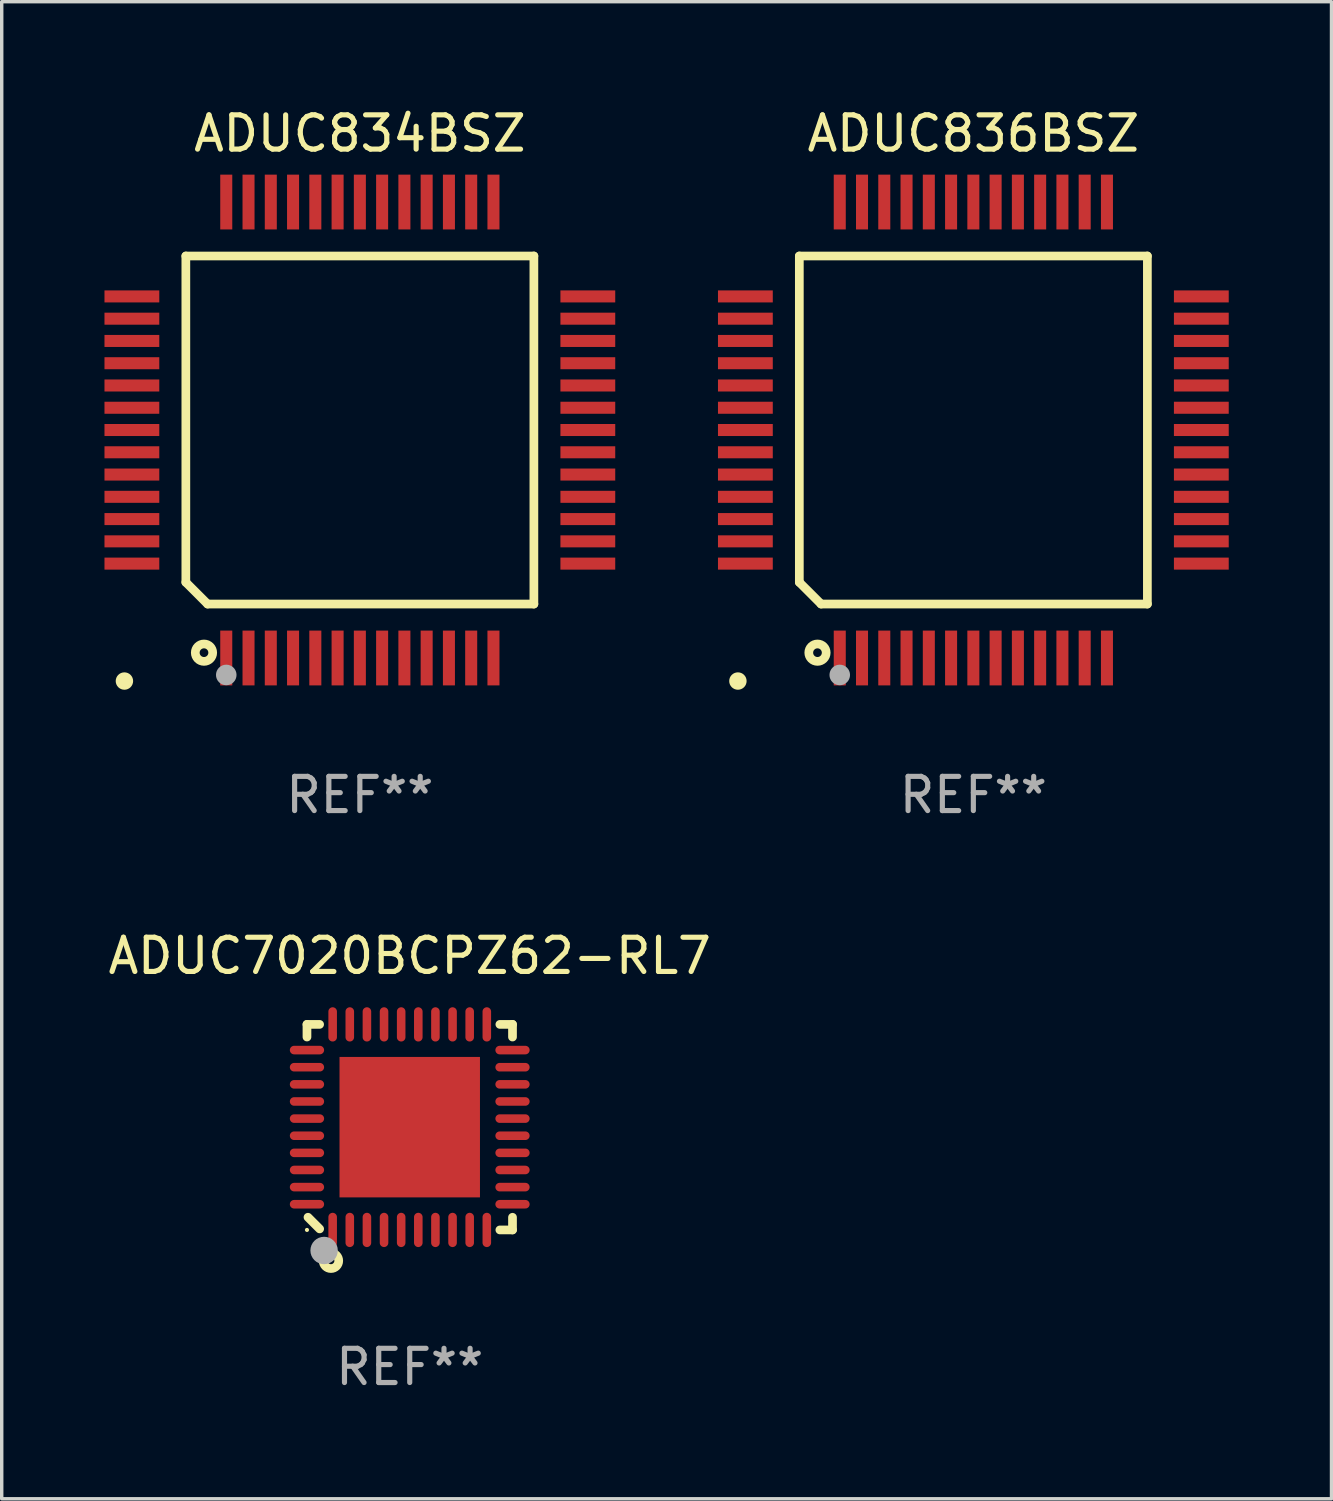
<source format=kicad_pcb>
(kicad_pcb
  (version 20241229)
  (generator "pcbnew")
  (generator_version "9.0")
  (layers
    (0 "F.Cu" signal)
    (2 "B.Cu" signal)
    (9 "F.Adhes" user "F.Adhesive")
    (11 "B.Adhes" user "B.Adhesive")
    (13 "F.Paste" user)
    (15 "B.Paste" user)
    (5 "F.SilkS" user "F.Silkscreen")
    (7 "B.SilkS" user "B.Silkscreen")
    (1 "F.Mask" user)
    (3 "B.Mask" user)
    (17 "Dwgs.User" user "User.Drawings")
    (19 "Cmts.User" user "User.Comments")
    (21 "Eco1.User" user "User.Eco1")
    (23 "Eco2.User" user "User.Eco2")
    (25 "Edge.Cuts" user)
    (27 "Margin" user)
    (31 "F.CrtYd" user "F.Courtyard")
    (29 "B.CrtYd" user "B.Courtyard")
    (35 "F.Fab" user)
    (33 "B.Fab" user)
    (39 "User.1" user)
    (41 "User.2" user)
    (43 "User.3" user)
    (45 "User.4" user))
  (footprint "ADUC834BSZ"
    (layer "F.Cu")
    (at 7.455 9.503)
    (property "Reference" "ADUC834BSZ" (at 0 -8.655 0) (layer "F.SilkS") (effects (font (size 1 1) (thickness 0.15))))
    (attr through_hole)
    (fp_line (start -5.08 -5.08) (end 5.08 -5.08) (stroke (width 0.254) (type solid)) (layer "F.SilkS"))
    (fp_line (start -5.08 4.445) (end -5.08 -5.08) (stroke (width 0.254) (type solid)) (layer "F.SilkS"))
    (fp_line (start -4.445 5.08) (end -5.08 4.445) (stroke (width 0.254) (type solid)) (layer "F.SilkS"))
    (fp_line (start 5.08 -5.08) (end 5.08 5.08) (stroke (width 0.254) (type solid)) (layer "F.SilkS"))
    (fp_line (start 5.08 5.08) (end -4.445 5.08) (stroke (width 0.254) (type solid)) (layer "F.SilkS"))
    (fp_circle (center -6.873 7.328) (end -6.746 7.328) (stroke (width 0.254) (type solid)) (fill no) (layer "F.SilkS"))
    (fp_circle (center -4.55 6.5) (end -4.296 6.5) (stroke (width 0.254) (type solid)) (fill no) (layer "F.SilkS"))
    (fp_circle (center -3.9 7.15) (end -3.75 7.15) (stroke (width 0.3) (type solid)) (fill no) (layer "F.Fab"))
    (fp_text user "REF**" (at 0 10.655 0) (layer "F.Fab") (effects (font (size 1 1) (thickness 0.15))))
    (pad "1" smd rect (at -3.9 6.655 90) (size 1.6 0.351) (layers "F.Cu" "F.Mask" "F.Paste"))
    (pad "2" smd rect (at -3.25 6.655 90) (size 1.6 0.351) (layers "F.Cu" "F.Mask" "F.Paste"))
    (pad "3" smd rect (at -2.6 6.655 90) (size 1.6 0.351) (layers "F.Cu" "F.Mask" "F.Paste"))
    (pad "4" smd rect (at -1.95 6.655 90) (size 1.6 0.351) (layers "F.Cu" "F.Mask" "F.Paste"))
    (pad "5" smd rect (at -1.3 6.655 90) (size 1.6 0.351) (layers "F.Cu" "F.Mask" "F.Paste"))
    (pad "6" smd rect (at -0.65 6.655 90) (size 1.6 0.351) (layers "F.Cu" "F.Mask" "F.Paste"))
    (pad "7" smd rect (at 0 6.655 90) (size 1.6 0.351) (layers "F.Cu" "F.Mask" "F.Paste"))
    (pad "8" smd rect (at 0.65 6.655 90) (size 1.6 0.351) (layers "F.Cu" "F.Mask" "F.Paste"))
    (pad "9" smd rect (at 1.3 6.655 90) (size 1.6 0.351) (layers "F.Cu" "F.Mask" "F.Paste"))
    (pad "10" smd rect (at 1.95 6.655 90) (size 1.6 0.351) (layers "F.Cu" "F.Mask" "F.Paste"))
    (pad "11" smd rect (at 2.6 6.655 90) (size 1.6 0.351) (layers "F.Cu" "F.Mask" "F.Paste"))
    (pad "12" smd rect (at 3.25 6.655 90) (size 1.6 0.351) (layers "F.Cu" "F.Mask" "F.Paste"))
    (pad "13" smd rect (at 3.9 6.655 90) (size 1.6 0.351) (layers "F.Cu" "F.Mask" "F.Paste"))
    (pad "14" smd rect (at 6.655 3.9 180) (size 1.6 0.351) (layers "F.Cu" "F.Mask" "F.Paste"))
    (pad "15" smd rect (at 6.655 3.25 180) (size 1.6 0.351) (layers "F.Cu" "F.Mask" "F.Paste"))
    (pad "16" smd rect (at 6.655 2.6 180) (size 1.6 0.351) (layers "F.Cu" "F.Mask" "F.Paste"))
    (pad "17" smd rect (at 6.655 1.95 180) (size 1.6 0.351) (layers "F.Cu" "F.Mask" "F.Paste"))
    (pad "18" smd rect (at 6.655 1.3 180) (size 1.6 0.351) (layers "F.Cu" "F.Mask" "F.Paste"))
    (pad "19" smd rect (at 6.655 0.65 180) (size 1.6 0.351) (layers "F.Cu" "F.Mask" "F.Paste"))
    (pad "20" smd rect (at 6.655 0 180) (size 1.6 0.351) (layers "F.Cu" "F.Mask" "F.Paste"))
    (pad "21" smd rect (at 6.655 -0.65 180) (size 1.6 0.351) (layers "F.Cu" "F.Mask" "F.Paste"))
    (pad "22" smd rect (at 6.655 -1.3 180) (size 1.6 0.351) (layers "F.Cu" "F.Mask" "F.Paste"))
    (pad "23" smd rect (at 6.655 -1.95 180) (size 1.6 0.351) (layers "F.Cu" "F.Mask" "F.Paste"))
    (pad "24" smd rect (at 6.655 -2.6 180) (size 1.6 0.351) (layers "F.Cu" "F.Mask" "F.Paste"))
    (pad "25" smd rect (at 6.655 -3.25 180) (size 1.6 0.351) (layers "F.Cu" "F.Mask" "F.Paste"))
    (pad "26" smd rect (at 6.655 -3.9 180) (size 1.6 0.351) (layers "F.Cu" "F.Mask" "F.Paste"))
    (pad "27" smd rect (at 3.9 -6.655 270) (size 1.6 0.351) (layers "F.Cu" "F.Mask" "F.Paste"))
    (pad "28" smd rect (at 3.25 -6.655 270) (size 1.6 0.351) (layers "F.Cu" "F.Mask" "F.Paste"))
    (pad "29" smd rect (at 2.6 -6.655 270) (size 1.6 0.351) (layers "F.Cu" "F.Mask" "F.Paste"))
    (pad "30" smd rect (at 1.95 -6.655 270) (size 1.6 0.351) (layers "F.Cu" "F.Mask" "F.Paste"))
    (pad "31" smd rect (at 1.3 -6.655 270) (size 1.6 0.351) (layers "F.Cu" "F.Mask" "F.Paste"))
    (pad "32" smd rect (at 0.65 -6.655 270) (size 1.6 0.351) (layers "F.Cu" "F.Mask" "F.Paste"))
    (pad "33" smd rect (at 0 -6.655 270) (size 1.6 0.351) (layers "F.Cu" "F.Mask" "F.Paste"))
    (pad "34" smd rect (at -0.65 -6.655 270) (size 1.6 0.351) (layers "F.Cu" "F.Mask" "F.Paste"))
    (pad "35" smd rect (at -1.3 -6.655 270) (size 1.6 0.351) (layers "F.Cu" "F.Mask" "F.Paste"))
    (pad "36" smd rect (at -1.95 -6.655 270) (size 1.6 0.351) (layers "F.Cu" "F.Mask" "F.Paste"))
    (pad "37" smd rect (at -2.6 -6.655 270) (size 1.6 0.351) (layers "F.Cu" "F.Mask" "F.Paste"))
    (pad "38" smd rect (at -3.25 -6.655 270) (size 1.6 0.351) (layers "F.Cu" "F.Mask" "F.Paste"))
    (pad "39" smd rect (at -3.9 -6.655 270) (size 1.6 0.351) (layers "F.Cu" "F.Mask" "F.Paste"))
    (pad "40" smd rect (at -6.655 -3.9) (size 1.6 0.351) (layers "F.Cu" "F.Mask" "F.Paste"))
    (pad "41" smd rect (at -6.655 -3.25) (size 1.6 0.351) (layers "F.Cu" "F.Mask" "F.Paste"))
    (pad "42" smd rect (at -6.655 -2.6) (size 1.6 0.351) (layers "F.Cu" "F.Mask" "F.Paste"))
    (pad "43" smd rect (at -6.655 -1.95) (size 1.6 0.351) (layers "F.Cu" "F.Mask" "F.Paste"))
    (pad "44" smd rect (at -6.655 -1.3) (size 1.6 0.351) (layers "F.Cu" "F.Mask" "F.Paste"))
    (pad "45" smd rect (at -6.655 -0.65) (size 1.6 0.351) (layers "F.Cu" "F.Mask" "F.Paste"))
    (pad "46" smd rect (at -6.655 0) (size 1.6 0.351) (layers "F.Cu" "F.Mask" "F.Paste"))
    (pad "47" smd rect (at -6.655 0.65) (size 1.6 0.351) (layers "F.Cu" "F.Mask" "F.Paste"))
    (pad "48" smd rect (at -6.655 1.3) (size 1.6 0.351) (layers "F.Cu" "F.Mask" "F.Paste"))
    (pad "49" smd rect (at -6.655 1.95) (size 1.6 0.351) (layers "F.Cu" "F.Mask" "F.Paste"))
    (pad "50" smd rect (at -6.655 2.6) (size 1.6 0.351) (layers "F.Cu" "F.Mask" "F.Paste"))
    (pad "51" smd rect (at -6.655 3.25) (size 1.6 0.351) (layers "F.Cu" "F.Mask" "F.Paste"))
    (pad "52" smd rect (at -6.655 3.9) (size 1.6 0.351) (layers "F.Cu" "F.Mask" "F.Paste")))
  (footprint "ADUC836BSZ"
    (layer "F.Cu")
    (at 25.364 9.503)
    (property "Reference" "ADUC836BSZ" (at 0 -8.655 0) (layer "F.SilkS") (effects (font (size 1 1) (thickness 0.15))))
    (attr through_hole)
    (fp_line (start -5.08 -5.08) (end 5.08 -5.08) (stroke (width 0.254) (type solid)) (layer "F.SilkS"))
    (fp_line (start -5.08 4.445) (end -5.08 -5.08) (stroke (width 0.254) (type solid)) (layer "F.SilkS"))
    (fp_line (start -4.445 5.08) (end -5.08 4.445) (stroke (width 0.254) (type solid)) (layer "F.SilkS"))
    (fp_line (start 5.08 -5.08) (end 5.08 5.08) (stroke (width 0.254) (type solid)) (layer "F.SilkS"))
    (fp_line (start 5.08 5.08) (end -4.445 5.08) (stroke (width 0.254) (type solid)) (layer "F.SilkS"))
    (fp_circle (center -6.873 7.328) (end -6.746 7.328) (stroke (width 0.254) (type solid)) (fill no) (layer "F.SilkS"))
    (fp_circle (center -4.55 6.5) (end -4.296 6.5) (stroke (width 0.254) (type solid)) (fill no) (layer "F.SilkS"))
    (fp_circle (center -3.9 7.15) (end -3.75 7.15) (stroke (width 0.3) (type solid)) (fill no) (layer "F.Fab"))
    (fp_text user "REF**" (at 0 10.655 0) (layer "F.Fab") (effects (font (size 1 1) (thickness 0.15))))
    (pad "1" smd rect (at -3.9 6.655 90) (size 1.6 0.351) (layers "F.Cu" "F.Mask" "F.Paste"))
    (pad "2" smd rect (at -3.25 6.655 90) (size 1.6 0.351) (layers "F.Cu" "F.Mask" "F.Paste"))
    (pad "3" smd rect (at -2.6 6.655 90) (size 1.6 0.351) (layers "F.Cu" "F.Mask" "F.Paste"))
    (pad "4" smd rect (at -1.95 6.655 90) (size 1.6 0.351) (layers "F.Cu" "F.Mask" "F.Paste"))
    (pad "5" smd rect (at -1.3 6.655 90) (size 1.6 0.351) (layers "F.Cu" "F.Mask" "F.Paste"))
    (pad "6" smd rect (at -0.65 6.655 90) (size 1.6 0.351) (layers "F.Cu" "F.Mask" "F.Paste"))
    (pad "7" smd rect (at 0 6.655 90) (size 1.6 0.351) (layers "F.Cu" "F.Mask" "F.Paste"))
    (pad "8" smd rect (at 0.65 6.655 90) (size 1.6 0.351) (layers "F.Cu" "F.Mask" "F.Paste"))
    (pad "9" smd rect (at 1.3 6.655 90) (size 1.6 0.351) (layers "F.Cu" "F.Mask" "F.Paste"))
    (pad "10" smd rect (at 1.95 6.655 90) (size 1.6 0.351) (layers "F.Cu" "F.Mask" "F.Paste"))
    (pad "11" smd rect (at 2.6 6.655 90) (size 1.6 0.351) (layers "F.Cu" "F.Mask" "F.Paste"))
    (pad "12" smd rect (at 3.25 6.655 90) (size 1.6 0.351) (layers "F.Cu" "F.Mask" "F.Paste"))
    (pad "13" smd rect (at 3.9 6.655 90) (size 1.6 0.351) (layers "F.Cu" "F.Mask" "F.Paste"))
    (pad "14" smd rect (at 6.655 3.9 180) (size 1.6 0.351) (layers "F.Cu" "F.Mask" "F.Paste"))
    (pad "15" smd rect (at 6.655 3.25 180) (size 1.6 0.351) (layers "F.Cu" "F.Mask" "F.Paste"))
    (pad "16" smd rect (at 6.655 2.6 180) (size 1.6 0.351) (layers "F.Cu" "F.Mask" "F.Paste"))
    (pad "17" smd rect (at 6.655 1.95 180) (size 1.6 0.351) (layers "F.Cu" "F.Mask" "F.Paste"))
    (pad "18" smd rect (at 6.655 1.3 180) (size 1.6 0.351) (layers "F.Cu" "F.Mask" "F.Paste"))
    (pad "19" smd rect (at 6.655 0.65 180) (size 1.6 0.351) (layers "F.Cu" "F.Mask" "F.Paste"))
    (pad "20" smd rect (at 6.655 0 180) (size 1.6 0.351) (layers "F.Cu" "F.Mask" "F.Paste"))
    (pad "21" smd rect (at 6.655 -0.65 180) (size 1.6 0.351) (layers "F.Cu" "F.Mask" "F.Paste"))
    (pad "22" smd rect (at 6.655 -1.3 180) (size 1.6 0.351) (layers "F.Cu" "F.Mask" "F.Paste"))
    (pad "23" smd rect (at 6.655 -1.95 180) (size 1.6 0.351) (layers "F.Cu" "F.Mask" "F.Paste"))
    (pad "24" smd rect (at 6.655 -2.6 180) (size 1.6 0.351) (layers "F.Cu" "F.Mask" "F.Paste"))
    (pad "25" smd rect (at 6.655 -3.25 180) (size 1.6 0.351) (layers "F.Cu" "F.Mask" "F.Paste"))
    (pad "26" smd rect (at 6.655 -3.9 180) (size 1.6 0.351) (layers "F.Cu" "F.Mask" "F.Paste"))
    (pad "27" smd rect (at 3.9 -6.655 270) (size 1.6 0.351) (layers "F.Cu" "F.Mask" "F.Paste"))
    (pad "28" smd rect (at 3.25 -6.655 270) (size 1.6 0.351) (layers "F.Cu" "F.Mask" "F.Paste"))
    (pad "29" smd rect (at 2.6 -6.655 270) (size 1.6 0.351) (layers "F.Cu" "F.Mask" "F.Paste"))
    (pad "30" smd rect (at 1.95 -6.655 270) (size 1.6 0.351) (layers "F.Cu" "F.Mask" "F.Paste"))
    (pad "31" smd rect (at 1.3 -6.655 270) (size 1.6 0.351) (layers "F.Cu" "F.Mask" "F.Paste"))
    (pad "32" smd rect (at 0.65 -6.655 270) (size 1.6 0.351) (layers "F.Cu" "F.Mask" "F.Paste"))
    (pad "33" smd rect (at 0 -6.655 270) (size 1.6 0.351) (layers "F.Cu" "F.Mask" "F.Paste"))
    (pad "34" smd rect (at -0.65 -6.655 270) (size 1.6 0.351) (layers "F.Cu" "F.Mask" "F.Paste"))
    (pad "35" smd rect (at -1.3 -6.655 270) (size 1.6 0.351) (layers "F.Cu" "F.Mask" "F.Paste"))
    (pad "36" smd rect (at -1.95 -6.655 270) (size 1.6 0.351) (layers "F.Cu" "F.Mask" "F.Paste"))
    (pad "37" smd rect (at -2.6 -6.655 270) (size 1.6 0.351) (layers "F.Cu" "F.Mask" "F.Paste"))
    (pad "38" smd rect (at -3.25 -6.655 270) (size 1.6 0.351) (layers "F.Cu" "F.Mask" "F.Paste"))
    (pad "39" smd rect (at -3.9 -6.655 270) (size 1.6 0.351) (layers "F.Cu" "F.Mask" "F.Paste"))
    (pad "40" smd rect (at -6.655 -3.9) (size 1.6 0.351) (layers "F.Cu" "F.Mask" "F.Paste"))
    (pad "41" smd rect (at -6.655 -3.25) (size 1.6 0.351) (layers "F.Cu" "F.Mask" "F.Paste"))
    (pad "42" smd rect (at -6.655 -2.6) (size 1.6 0.351) (layers "F.Cu" "F.Mask" "F.Paste"))
    (pad "43" smd rect (at -6.655 -1.95) (size 1.6 0.351) (layers "F.Cu" "F.Mask" "F.Paste"))
    (pad "44" smd rect (at -6.655 -1.3) (size 1.6 0.351) (layers "F.Cu" "F.Mask" "F.Paste"))
    (pad "45" smd rect (at -6.655 -0.65) (size 1.6 0.351) (layers "F.Cu" "F.Mask" "F.Paste"))
    (pad "46" smd rect (at -6.655 0) (size 1.6 0.351) (layers "F.Cu" "F.Mask" "F.Paste"))
    (pad "47" smd rect (at -6.655 0.65) (size 1.6 0.351) (layers "F.Cu" "F.Mask" "F.Paste"))
    (pad "48" smd rect (at -6.655 1.3) (size 1.6 0.351) (layers "F.Cu" "F.Mask" "F.Paste"))
    (pad "49" smd rect (at -6.655 1.95) (size 1.6 0.351) (layers "F.Cu" "F.Mask" "F.Paste"))
    (pad "50" smd rect (at -6.655 2.6) (size 1.6 0.351) (layers "F.Cu" "F.Mask" "F.Paste"))
    (pad "51" smd rect (at -6.655 3.25) (size 1.6 0.351) (layers "F.Cu" "F.Mask" "F.Paste"))
    (pad "52" smd rect (at -6.655 3.9) (size 1.6 0.351) (layers "F.Cu" "F.Mask" "F.Paste")))
  (footprint "ADUC7020BCPZ62-RL7"
    (layer "F.Cu")
    (at 8.911 29.854)
    (property "Reference" "ADUC7020BCPZ62-RL7" (at 0 -5 0) (layer "F.SilkS") (effects (font (size 1 1) (thickness 0.15))))
    (attr through_hole)
    (fp_line (start -3 -3) (end -3 -2.631) (stroke (width 0.254) (type solid)) (layer "F.SilkS"))
    (fp_line (start -2.631 -3) (end -3 -3) (stroke (width 0.254) (type solid)) (layer "F.SilkS"))
    (fp_line (start -2.63 2.97) (end -2.97 2.63) (stroke (width 0.254) (type solid)) (layer "F.SilkS"))
    (fp_line (start 2.631 -3) (end 3 -3) (stroke (width 0.254) (type solid)) (layer "F.SilkS"))
    (fp_line (start 3 -3) (end 3 -2.631) (stroke (width 0.254) (type solid)) (layer "F.SilkS"))
    (fp_line (start 3 2.631) (end 3 3) (stroke (width 0.254) (type solid)) (layer "F.SilkS"))
    (fp_line (start 3 3) (end 2.631 3) (stroke (width 0.254) (type solid)) (layer "F.SilkS"))
    (fp_circle (center -3 3) (end -2.97 3) (stroke (width 0.06) (type solid)) (fill no) (layer "F.SilkS"))
    (fp_circle (center -2.3 3.9) (end -2.2 3.9) (stroke (width 0.254) (type solid)) (fill no) (layer "F.SilkS"))
    (fp_circle (center -2.5 3.6) (end -2.3 3.6) (stroke (width 0.4) (type solid)) (fill no) (layer "F.Fab"))
    (fp_text user "REF**" (at 0 7 0) (layer "F.Fab") (effects (font (size 1 1) (thickness 0.15))))
    (pad "1" smd oval (at -2.25 3) (size 0.25 1) (layers "F.Cu" "F.Mask" "F.Paste"))
    (pad "2" smd oval (at -1.75 3) (size 0.25 1) (layers "F.Cu" "F.Mask" "F.Paste"))
    (pad "3" smd oval (at -1.25 3) (size 0.25 1) (layers "F.Cu" "F.Mask" "F.Paste"))
    (pad "4" smd oval (at -0.75 3) (size 0.25 1) (layers "F.Cu" "F.Mask" "F.Paste"))
    (pad "5" smd oval (at -0.25 3) (size 0.25 1) (layers "F.Cu" "F.Mask" "F.Paste"))
    (pad "6" smd oval (at 0.25 3) (size 0.25 1) (layers "F.Cu" "F.Mask" "F.Paste"))
    (pad "7" smd oval (at 0.75 3) (size 0.25 1) (layers "F.Cu" "F.Mask" "F.Paste"))
    (pad "8" smd oval (at 1.25 3) (size 0.25 1) (layers "F.Cu" "F.Mask" "F.Paste"))
    (pad "9" smd oval (at 1.75 3) (size 0.25 1) (layers "F.Cu" "F.Mask" "F.Paste"))
    (pad "10" smd oval (at 2.25 3) (size 0.25 1) (layers "F.Cu" "F.Mask" "F.Paste"))
    (pad "11" smd oval (at 3 2.25 90) (size 0.25 1) (layers "F.Cu" "F.Mask" "F.Paste"))
    (pad "12" smd oval (at 3 1.75 90) (size 0.25 1) (layers "F.Cu" "F.Mask" "F.Paste"))
    (pad "13" smd oval (at 3 1.25 90) (size 0.25 1) (layers "F.Cu" "F.Mask" "F.Paste"))
    (pad "14" smd oval (at 3 0.75 90) (size 0.25 1) (layers "F.Cu" "F.Mask" "F.Paste"))
    (pad "15" smd oval (at 3 0.25 90) (size 0.25 1) (layers "F.Cu" "F.Mask" "F.Paste"))
    (pad "16" smd oval (at 3 -0.25 90) (size 0.25 1) (layers "F.Cu" "F.Mask" "F.Paste"))
    (pad "17" smd oval (at 3 -0.75 90) (size 0.25 1) (layers "F.Cu" "F.Mask" "F.Paste"))
    (pad "18" smd oval (at 3 -1.25 90) (size 0.25 1) (layers "F.Cu" "F.Mask" "F.Paste"))
    (pad "19" smd oval (at 3 -1.75 90) (size 0.25 1) (layers "F.Cu" "F.Mask" "F.Paste"))
    (pad "20" smd oval (at 3 -2.25 90) (size 0.25 1) (layers "F.Cu" "F.Mask" "F.Paste"))
    (pad "21" smd oval (at 2.25 -3 180) (size 0.25 1) (layers "F.Cu" "F.Mask" "F.Paste"))
    (pad "22" smd oval (at 1.75 -3 180) (size 0.25 1) (layers "F.Cu" "F.Mask" "F.Paste"))
    (pad "23" smd oval (at 1.25 -3 180) (size 0.25 1) (layers "F.Cu" "F.Mask" "F.Paste"))
    (pad "24" smd oval (at 0.75 -3 180) (size 0.25 1) (layers "F.Cu" "F.Mask" "F.Paste"))
    (pad "25" smd oval (at 0.25 -3 180) (size 0.25 1) (layers "F.Cu" "F.Mask" "F.Paste"))
    (pad "26" smd oval (at -0.25 -3 180) (size 0.25 1) (layers "F.Cu" "F.Mask" "F.Paste"))
    (pad "27" smd oval (at -0.75 -3 180) (size 0.25 1) (layers "F.Cu" "F.Mask" "F.Paste"))
    (pad "28" smd oval (at -1.25 -3 180) (size 0.25 1) (layers "F.Cu" "F.Mask" "F.Paste"))
    (pad "29" smd oval (at -1.75 -3 180) (size 0.25 1) (layers "F.Cu" "F.Mask" "F.Paste"))
    (pad "30" smd oval (at -2.25 -3 180) (size 0.25 1) (layers "F.Cu" "F.Mask" "F.Paste"))
    (pad "31" smd oval (at -3 -2.25 270) (size 0.25 1) (layers "F.Cu" "F.Mask" "F.Paste"))
    (pad "32" smd oval (at -3 -1.75 270) (size 0.25 1) (layers "F.Cu" "F.Mask" "F.Paste"))
    (pad "33" smd oval (at -3 -1.25 270) (size 0.25 1) (layers "F.Cu" "F.Mask" "F.Paste"))
    (pad "34" smd oval (at -3 -0.75 270) (size 0.25 1) (layers "F.Cu" "F.Mask" "F.Paste"))
    (pad "35" smd oval (at -3 -0.25 270) (size 0.25 1) (layers "F.Cu" "F.Mask" "F.Paste"))
    (pad "36" smd oval (at -3 0.25 270) (size 0.25 1) (layers "F.Cu" "F.Mask" "F.Paste"))
    (pad "37" smd oval (at -3 0.75 270) (size 0.25 1) (layers "F.Cu" "F.Mask" "F.Paste"))
    (pad "38" smd oval (at -3 1.25 270) (size 0.25 1) (layers "F.Cu" "F.Mask" "F.Paste"))
    (pad "39" smd oval (at -3 1.75 270) (size 0.25 1) (layers "F.Cu" "F.Mask" "F.Paste"))
    (pad "40" smd oval (at -3 2.25 270) (size 0.25 1) (layers "F.Cu" "F.Mask" "F.Paste"))
    (pad "41" smd rect (at 0 0) (size 4.1 4.1) (layers "F.Cu" "F.Mask" "F.Paste")))
  (gr_rect
    (start -3 -3)
    (end 35.819 40.703)
    (stroke (width 0.1) (type default))
    (fill no)
    (layer "Edge.Cuts")))
</source>
